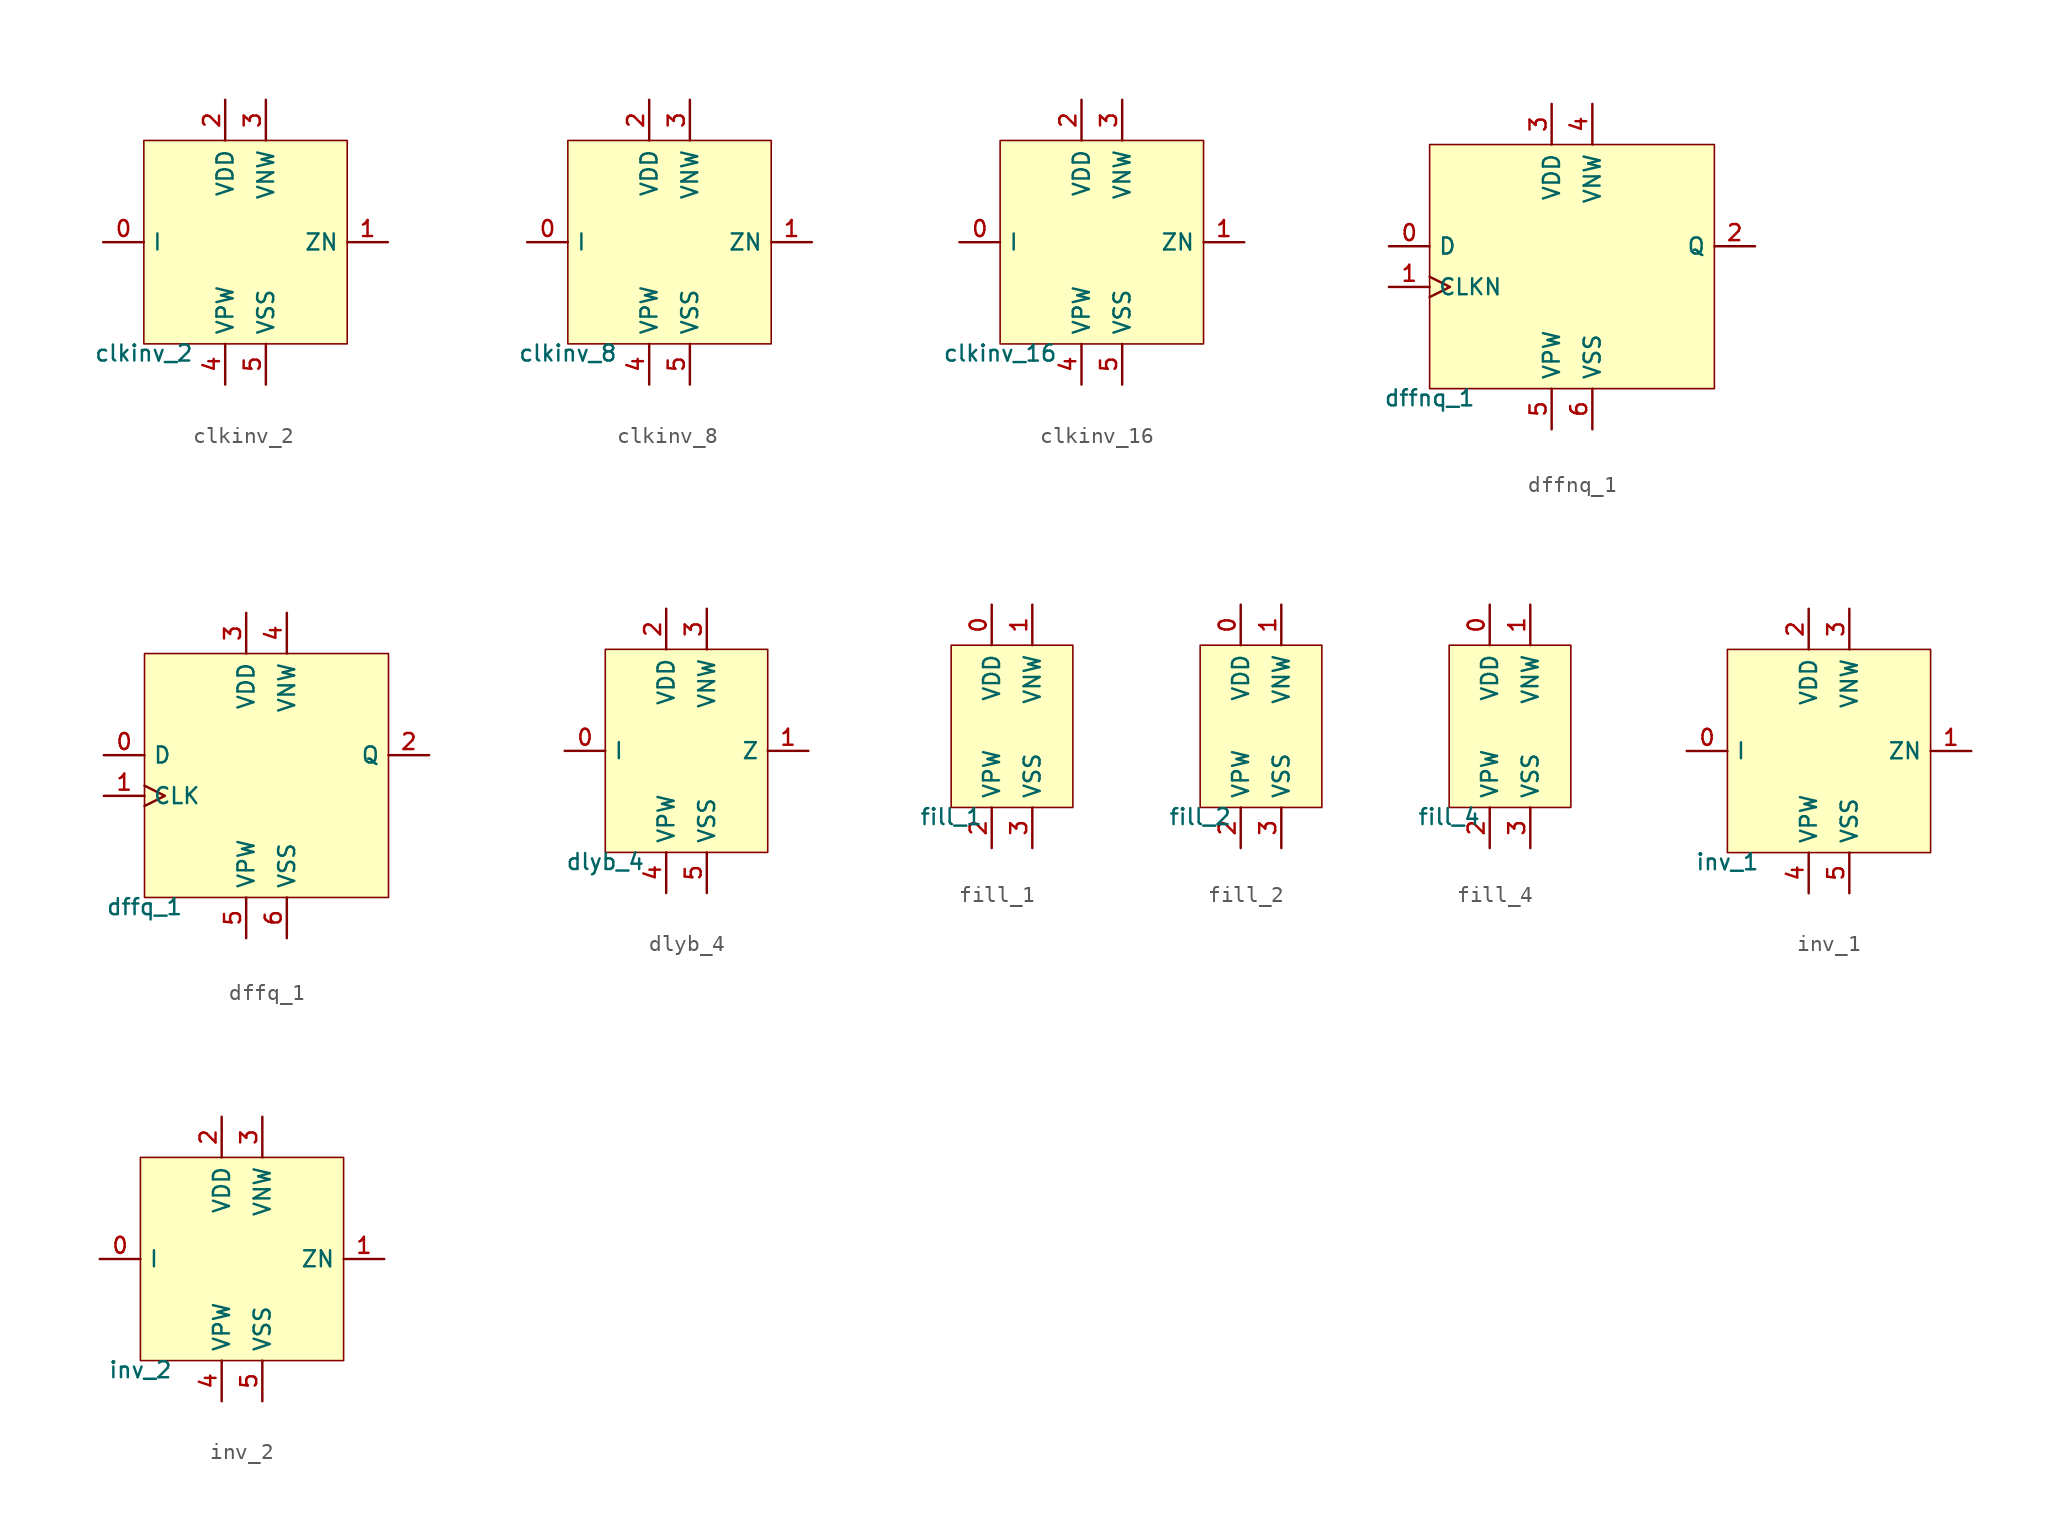
<source format=kicad_sym>
(kicad_symbol_lib
  (version 20211014)
  (generator pdk2kicad)
  (symbol "clkinv_2"
    (property "Reference" "X"
      (at 0 0 0)
      (effects (font (size 1 1)) hide))
    (property "Value" "clkinv_2"
      (at -6.35 -6.35 0)
      (effects (font (size 1 1)) (justify top)))
    (rectangle
      (start -6.35 -6.35)
      (end 6.35 6.35)
      (stroke (width 0.1) (type solid) (color 0 0 0 0))
      (fill (type background)))
    (pin input line
      (at -8.89 -4.440892098500626e-16 0)
      (length 2.54)
      (name "I" (effects (font (size 1 1)) hide))
      (number "0" (effects (font (size 1 1)) hide)))
    (pin output line
      (at 8.89 -4.440892098500626e-16 180)
      (length 2.54)
      (name "ZN" (effects (font (size 1 1)) hide))
      (number "1" (effects (font (size 1 1)) hide)))
    (pin power_in line
      (at -1.27 8.89 270)
      (length 2.54)
      (name "VDD" (effects (font (size 1 1)) hide))
      (number "2" (effects (font (size 1 1)) hide)))
    (pin power_in line
      (at 1.27 8.89 270)
      (length 2.54)
      (name "VNW" (effects (font (size 1 1)) hide))
      (number "3" (effects (font (size 1 1)) hide)))
    (pin power_in line
      (at -1.27 -8.89 90)
      (length 2.54)
      (name "VPW" (effects (font (size 1 1)) hide))
      (number "4" (effects (font (size 1 1)) hide)))
    (pin power_in line
      (at 1.27 -8.89 90)
      (length 2.54)
      (name "VSS" (effects (font (size 1 1)) hide))
      (number "5" (effects (font (size 1 1)) hide))))
  (symbol "clkinv_8"
    (property "Reference" "X"
      (at 0 0 0)
      (effects (font (size 1 1)) hide))
    (property "Value" "clkinv_8"
      (at -6.35 -6.35 0)
      (effects (font (size 1 1)) (justify top)))
    (rectangle
      (start -6.35 -6.35)
      (end 6.35 6.35)
      (stroke (width 0.1) (type solid) (color 0 0 0 0))
      (fill (type background)))
    (pin input line
      (at -8.89 -4.440892098500626e-16 0)
      (length 2.54)
      (name "I" (effects (font (size 1 1)) hide))
      (number "0" (effects (font (size 1 1)) hide)))
    (pin output line
      (at 8.89 -4.440892098500626e-16 180)
      (length 2.54)
      (name "ZN" (effects (font (size 1 1)) hide))
      (number "1" (effects (font (size 1 1)) hide)))
    (pin power_in line
      (at -1.27 8.89 270)
      (length 2.54)
      (name "VDD" (effects (font (size 1 1)) hide))
      (number "2" (effects (font (size 1 1)) hide)))
    (pin power_in line
      (at 1.27 8.89 270)
      (length 2.54)
      (name "VNW" (effects (font (size 1 1)) hide))
      (number "3" (effects (font (size 1 1)) hide)))
    (pin power_in line
      (at -1.27 -8.89 90)
      (length 2.54)
      (name "VPW" (effects (font (size 1 1)) hide))
      (number "4" (effects (font (size 1 1)) hide)))
    (pin power_in line
      (at 1.27 -8.89 90)
      (length 2.54)
      (name "VSS" (effects (font (size 1 1)) hide))
      (number "5" (effects (font (size 1 1)) hide))))
  (symbol "clkinv_16"
    (property "Reference" "X"
      (at 0 0 0)
      (effects (font (size 1 1)) hide))
    (property "Value" "clkinv_16"
      (at -6.35 -6.35 0)
      (effects (font (size 1 1)) (justify top)))
    (rectangle
      (start -6.35 -6.35)
      (end 6.35 6.35)
      (stroke (width 0.1) (type solid) (color 0 0 0 0))
      (fill (type background)))
    (pin input line
      (at -8.89 -4.440892098500626e-16 0)
      (length 2.54)
      (name "I" (effects (font (size 1 1)) hide))
      (number "0" (effects (font (size 1 1)) hide)))
    (pin output line
      (at 8.89 -4.440892098500626e-16 180)
      (length 2.54)
      (name "ZN" (effects (font (size 1 1)) hide))
      (number "1" (effects (font (size 1 1)) hide)))
    (pin power_in line
      (at -1.27 8.89 270)
      (length 2.54)
      (name "VDD" (effects (font (size 1 1)) hide))
      (number "2" (effects (font (size 1 1)) hide)))
    (pin power_in line
      (at 1.27 8.89 270)
      (length 2.54)
      (name "VNW" (effects (font (size 1 1)) hide))
      (number "3" (effects (font (size 1 1)) hide)))
    (pin power_in line
      (at -1.27 -8.89 90)
      (length 2.54)
      (name "VPW" (effects (font (size 1 1)) hide))
      (number "4" (effects (font (size 1 1)) hide)))
    (pin power_in line
      (at 1.27 -8.89 90)
      (length 2.54)
      (name "VSS" (effects (font (size 1 1)) hide))
      (number "5" (effects (font (size 1 1)) hide))))
  (symbol "dffnq_1"
    (property "Reference" "X"
      (at 0 0 0)
      (effects (font (size 1 1)) hide))
    (property "Value" "dffnq_1"
      (at -8.89 -7.62 0)
      (effects (font (size 1 1)) (justify top)))
    (rectangle
      (start -8.89 -7.62)
      (end 8.89 7.62)
      (stroke (width 0.1) (type solid) (color 0 0 0 0))
      (fill (type background)))
    (pin input line
      (at -11.43 1.27 0)
      (length 2.54)
      (name "D" (effects (font (size 1 1)) hide))
      (number "0" (effects (font (size 1 1)) hide)))
    (pin input clock
      (at -11.43 -1.27 0)
      (length 2.54)
      (name "CLKN" (effects (font (size 1 1)) hide))
      (number "1" (effects (font (size 1 1)) hide)))
    (pin output line
      (at 11.43 1.27 180)
      (length 2.54)
      (name "Q" (effects (font (size 1 1)) hide))
      (number "2" (effects (font (size 1 1)) hide)))
    (pin power_in line
      (at -1.27 10.16 270)
      (length 2.54)
      (name "VDD" (effects (font (size 1 1)) hide))
      (number "3" (effects (font (size 1 1)) hide)))
    (pin power_in line
      (at 1.27 10.16 270)
      (length 2.54)
      (name "VNW" (effects (font (size 1 1)) hide))
      (number "4" (effects (font (size 1 1)) hide)))
    (pin power_in line
      (at -1.27 -10.16 90)
      (length 2.54)
      (name "VPW" (effects (font (size 1 1)) hide))
      (number "5" (effects (font (size 1 1)) hide)))
    (pin power_in line
      (at 1.27 -10.16 90)
      (length 2.54)
      (name "VSS" (effects (font (size 1 1)) hide))
      (number "6" (effects (font (size 1 1)) hide))))
  (symbol "dffq_1"
    (property "Reference" "X"
      (at 0 0 0)
      (effects (font (size 1 1)) hide))
    (property "Value" "dffq_1"
      (at -7.62 -7.62 0)
      (effects (font (size 1 1)) (justify top)))
    (rectangle
      (start -7.62 -7.62)
      (end 7.62 7.62)
      (stroke (width 0.1) (type solid) (color 0 0 0 0))
      (fill (type background)))
    (pin input line
      (at -10.16 1.27 0)
      (length 2.54)
      (name "D" (effects (font (size 1 1)) hide))
      (number "0" (effects (font (size 1 1)) hide)))
    (pin input clock
      (at -10.16 -1.27 0)
      (length 2.54)
      (name "CLK" (effects (font (size 1 1)) hide))
      (number "1" (effects (font (size 1 1)) hide)))
    (pin output line
      (at 10.16 1.27 180)
      (length 2.54)
      (name "Q" (effects (font (size 1 1)) hide))
      (number "2" (effects (font (size 1 1)) hide)))
    (pin power_in line
      (at -1.27 10.16 270)
      (length 2.54)
      (name "VDD" (effects (font (size 1 1)) hide))
      (number "3" (effects (font (size 1 1)) hide)))
    (pin power_in line
      (at 1.27 10.16 270)
      (length 2.54)
      (name "VNW" (effects (font (size 1 1)) hide))
      (number "4" (effects (font (size 1 1)) hide)))
    (pin power_in line
      (at -1.27 -10.16 90)
      (length 2.54)
      (name "VPW" (effects (font (size 1 1)) hide))
      (number "5" (effects (font (size 1 1)) hide)))
    (pin power_in line
      (at 1.27 -10.16 90)
      (length 2.54)
      (name "VSS" (effects (font (size 1 1)) hide))
      (number "6" (effects (font (size 1 1)) hide))))
  (symbol "dlyb_4"
    (property "Reference" "X"
      (at 0 0 0)
      (effects (font (size 1 1)) hide))
    (property "Value" "dlyb_4"
      (at -5.08 -6.35 0)
      (effects (font (size 1 1)) (justify top)))
    (rectangle
      (start -5.08 -6.35)
      (end 5.08 6.35)
      (stroke (width 0.1) (type solid) (color 0 0 0 0))
      (fill (type background)))
    (pin input line
      (at -7.62 -4.440892098500626e-16 0)
      (length 2.54)
      (name "I" (effects (font (size 1 1)) hide))
      (number "0" (effects (font (size 1 1)) hide)))
    (pin output line
      (at 7.62 -4.440892098500626e-16 180)
      (length 2.54)
      (name "Z" (effects (font (size 1 1)) hide))
      (number "1" (effects (font (size 1 1)) hide)))
    (pin power_in line
      (at -1.27 8.89 270)
      (length 2.54)
      (name "VDD" (effects (font (size 1 1)) hide))
      (number "2" (effects (font (size 1 1)) hide)))
    (pin power_in line
      (at 1.27 8.89 270)
      (length 2.54)
      (name "VNW" (effects (font (size 1 1)) hide))
      (number "3" (effects (font (size 1 1)) hide)))
    (pin power_in line
      (at -1.27 -8.89 90)
      (length 2.54)
      (name "VPW" (effects (font (size 1 1)) hide))
      (number "4" (effects (font (size 1 1)) hide)))
    (pin power_in line
      (at 1.27 -8.89 90)
      (length 2.54)
      (name "VSS" (effects (font (size 1 1)) hide))
      (number "5" (effects (font (size 1 1)) hide))))
  (symbol "fill_1"
    (property "Reference" "X"
      (at 0 0 0)
      (effects (font (size 1 1)) hide))
    (property "Value" "fill_1"
      (at -3.81 -5.08 0)
      (effects (font (size 1 1)) (justify top)))
    (rectangle
      (start -3.81 -5.08)
      (end 3.81 5.08)
      (stroke (width 0.1) (type solid) (color 0 0 0 0))
      (fill (type background)))
    (pin power_in line
      (at -1.27 7.62 270)
      (length 2.54)
      (name "VDD" (effects (font (size 1 1)) hide))
      (number "0" (effects (font (size 1 1)) hide)))
    (pin power_in line
      (at 1.27 7.62 270)
      (length 2.54)
      (name "VNW" (effects (font (size 1 1)) hide))
      (number "1" (effects (font (size 1 1)) hide)))
    (pin power_in line
      (at -1.27 -7.62 90)
      (length 2.54)
      (name "VPW" (effects (font (size 1 1)) hide))
      (number "2" (effects (font (size 1 1)) hide)))
    (pin power_in line
      (at 1.27 -7.62 90)
      (length 2.54)
      (name "VSS" (effects (font (size 1 1)) hide))
      (number "3" (effects (font (size 1 1)) hide))))
  (symbol "fill_2"
    (property "Reference" "X"
      (at 0 0 0)
      (effects (font (size 1 1)) hide))
    (property "Value" "fill_2"
      (at -3.81 -5.08 0)
      (effects (font (size 1 1)) (justify top)))
    (rectangle
      (start -3.81 -5.08)
      (end 3.81 5.08)
      (stroke (width 0.1) (type solid) (color 0 0 0 0))
      (fill (type background)))
    (pin power_in line
      (at -1.27 7.62 270)
      (length 2.54)
      (name "VDD" (effects (font (size 1 1)) hide))
      (number "0" (effects (font (size 1 1)) hide)))
    (pin power_in line
      (at 1.27 7.62 270)
      (length 2.54)
      (name "VNW" (effects (font (size 1 1)) hide))
      (number "1" (effects (font (size 1 1)) hide)))
    (pin power_in line
      (at -1.27 -7.62 90)
      (length 2.54)
      (name "VPW" (effects (font (size 1 1)) hide))
      (number "2" (effects (font (size 1 1)) hide)))
    (pin power_in line
      (at 1.27 -7.62 90)
      (length 2.54)
      (name "VSS" (effects (font (size 1 1)) hide))
      (number "3" (effects (font (size 1 1)) hide))))
  (symbol "fill_4"
    (property "Reference" "X"
      (at 0 0 0)
      (effects (font (size 1 1)) hide))
    (property "Value" "fill_4"
      (at -3.81 -5.08 0)
      (effects (font (size 1 1)) (justify top)))
    (rectangle
      (start -3.81 -5.08)
      (end 3.81 5.08)
      (stroke (width 0.1) (type solid) (color 0 0 0 0))
      (fill (type background)))
    (pin power_in line
      (at -1.27 7.62 270)
      (length 2.54)
      (name "VDD" (effects (font (size 1 1)) hide))
      (number "0" (effects (font (size 1 1)) hide)))
    (pin power_in line
      (at 1.27 7.62 270)
      (length 2.54)
      (name "VNW" (effects (font (size 1 1)) hide))
      (number "1" (effects (font (size 1 1)) hide)))
    (pin power_in line
      (at -1.27 -7.62 90)
      (length 2.54)
      (name "VPW" (effects (font (size 1 1)) hide))
      (number "2" (effects (font (size 1 1)) hide)))
    (pin power_in line
      (at 1.27 -7.62 90)
      (length 2.54)
      (name "VSS" (effects (font (size 1 1)) hide))
      (number "3" (effects (font (size 1 1)) hide))))
  (symbol "inv_1"
    (property "Reference" "X"
      (at 0 0 0)
      (effects (font (size 1 1)) hide))
    (property "Value" "inv_1"
      (at -6.35 -6.35 0)
      (effects (font (size 1 1)) (justify top)))
    (rectangle
      (start -6.35 -6.35)
      (end 6.35 6.35)
      (stroke (width 0.1) (type solid) (color 0 0 0 0))
      (fill (type background)))
    (pin input line
      (at -8.89 -4.440892098500626e-16 0)
      (length 2.54)
      (name "I" (effects (font (size 1 1)) hide))
      (number "0" (effects (font (size 1 1)) hide)))
    (pin output line
      (at 8.89 -4.440892098500626e-16 180)
      (length 2.54)
      (name "ZN" (effects (font (size 1 1)) hide))
      (number "1" (effects (font (size 1 1)) hide)))
    (pin power_in line
      (at -1.27 8.89 270)
      (length 2.54)
      (name "VDD" (effects (font (size 1 1)) hide))
      (number "2" (effects (font (size 1 1)) hide)))
    (pin power_in line
      (at 1.27 8.89 270)
      (length 2.54)
      (name "VNW" (effects (font (size 1 1)) hide))
      (number "3" (effects (font (size 1 1)) hide)))
    (pin power_in line
      (at -1.27 -8.89 90)
      (length 2.54)
      (name "VPW" (effects (font (size 1 1)) hide))
      (number "4" (effects (font (size 1 1)) hide)))
    (pin power_in line
      (at 1.27 -8.89 90)
      (length 2.54)
      (name "VSS" (effects (font (size 1 1)) hide))
      (number "5" (effects (font (size 1 1)) hide))))
  (symbol "inv_2"
    (property "Reference" "X"
      (at 0 0 0)
      (effects (font (size 1 1)) hide))
    (property "Value" "inv_2"
      (at -6.35 -6.35 0)
      (effects (font (size 1 1)) (justify top)))
    (rectangle
      (start -6.35 -6.35)
      (end 6.35 6.35)
      (stroke (width 0.1) (type solid) (color 0 0 0 0))
      (fill (type background)))
    (pin input line
      (at -8.89 -4.440892098500626e-16 0)
      (length 2.54)
      (name "I" (effects (font (size 1 1)) hide))
      (number "0" (effects (font (size 1 1)) hide)))
    (pin output line
      (at 8.89 -4.440892098500626e-16 180)
      (length 2.54)
      (name "ZN" (effects (font (size 1 1)) hide))
      (number "1" (effects (font (size 1 1)) hide)))
    (pin power_in line
      (at -1.27 8.89 270)
      (length 2.54)
      (name "VDD" (effects (font (size 1 1)) hide))
      (number "2" (effects (font (size 1 1)) hide)))
    (pin power_in line
      (at 1.27 8.89 270)
      (length 2.54)
      (name "VNW" (effects (font (size 1 1)) hide))
      (number "3" (effects (font (size 1 1)) hide)))
    (pin power_in line
      (at -1.27 -8.89 90)
      (length 2.54)
      (name "VPW" (effects (font (size 1 1)) hide))
      (number "4" (effects (font (size 1 1)) hide)))
    (pin power_in line
      (at 1.27 -8.89 90)
      (length 2.54)
      (name "VSS" (effects (font (size 1 1)) hide))
      (number "5" (effects (font (size 1 1)) hide)))))
</source>
